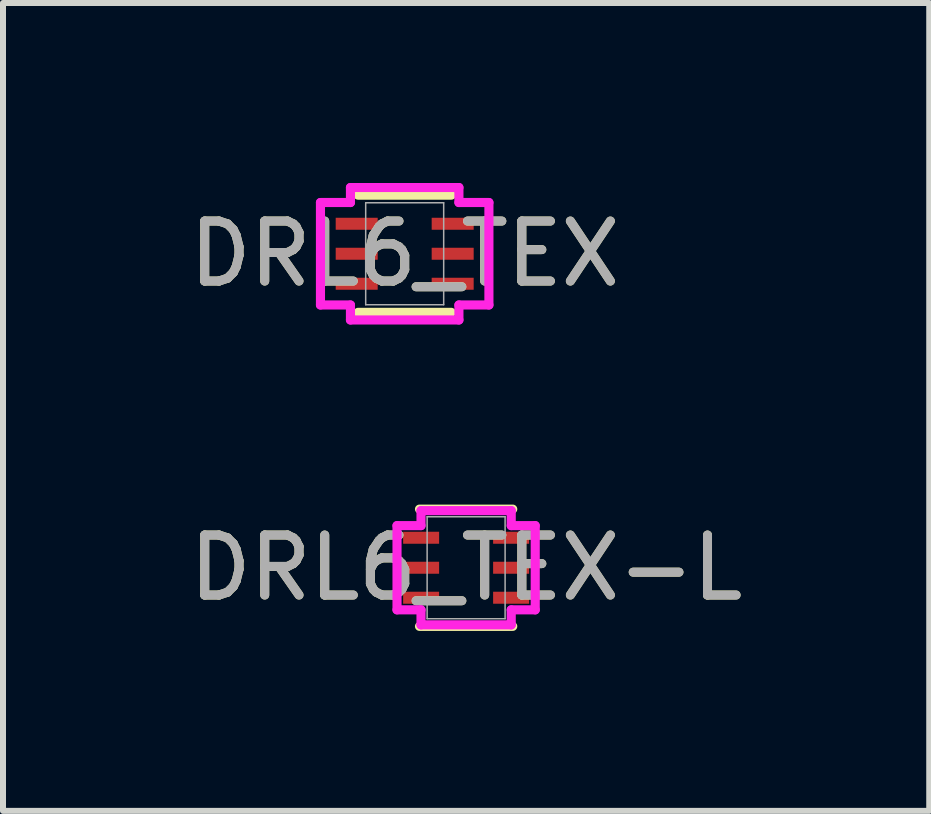
<source format=kicad_pcb>
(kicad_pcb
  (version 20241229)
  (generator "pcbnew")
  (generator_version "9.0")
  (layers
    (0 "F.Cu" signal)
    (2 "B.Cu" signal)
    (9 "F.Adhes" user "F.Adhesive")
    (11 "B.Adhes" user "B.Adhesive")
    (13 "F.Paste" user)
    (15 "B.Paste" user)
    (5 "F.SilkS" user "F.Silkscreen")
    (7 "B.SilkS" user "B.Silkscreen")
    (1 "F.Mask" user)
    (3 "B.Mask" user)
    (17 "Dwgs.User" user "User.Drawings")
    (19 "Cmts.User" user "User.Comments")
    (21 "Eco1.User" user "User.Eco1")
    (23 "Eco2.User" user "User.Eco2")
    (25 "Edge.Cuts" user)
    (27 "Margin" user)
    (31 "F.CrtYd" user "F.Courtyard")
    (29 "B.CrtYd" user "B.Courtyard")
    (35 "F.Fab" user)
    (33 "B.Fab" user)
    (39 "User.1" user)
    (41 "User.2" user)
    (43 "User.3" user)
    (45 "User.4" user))
  (footprint "DRL6_TEX"
    (layer "F.Cu")
    (at 3.696 1.18)
    (property "Reference" "DRL6_TEX" (at 0 0 0) (unlocked yes) (layer "F.SilkS") (effects (font (size 1 1) (thickness 0.15))))
    (attr smd)
    (fp_line (start -0.777 0.977) (end 0.777 0.977) (stroke (width 0.152) (type solid)) (layer "F.SilkS"))
    (fp_line (start 0.777 -0.977) (end -0.777 -0.977) (stroke (width 0.152) (type solid)) (layer "F.SilkS"))
    (fp_line (start -1.404 -0.854) (end -0.904 -0.854) (stroke (width 0.152) (type solid)) (layer "F.CrtYd"))
    (fp_line (start -1.404 0.854) (end -1.404 -0.854) (stroke (width 0.152) (type solid)) (layer "F.CrtYd"))
    (fp_line (start -1.404 0.854) (end -0.904 0.854) (stroke (width 0.152) (type solid)) (layer "F.CrtYd"))
    (fp_line (start -0.904 -1.104) (end 0.904 -1.104) (stroke (width 0.152) (type solid)) (layer "F.CrtYd"))
    (fp_line (start -0.904 -0.854) (end -0.904 -1.104) (stroke (width 0.152) (type solid)) (layer "F.CrtYd"))
    (fp_line (start -0.904 1.104) (end -0.904 0.854) (stroke (width 0.152) (type solid)) (layer "F.CrtYd"))
    (fp_line (start 0.904 -1.104) (end 0.904 -0.854) (stroke (width 0.152) (type solid)) (layer "F.CrtYd"))
    (fp_line (start 0.904 0.854) (end 0.904 1.104) (stroke (width 0.152) (type solid)) (layer "F.CrtYd"))
    (fp_line (start 0.904 1.104) (end -0.904 1.104) (stroke (width 0.152) (type solid)) (layer "F.CrtYd"))
    (fp_line (start 1.404 -0.854) (end 0.904 -0.854) (stroke (width 0.152) (type solid)) (layer "F.CrtYd"))
    (fp_line (start 1.404 -0.854) (end 1.404 0.854) (stroke (width 0.152) (type solid)) (layer "F.CrtYd"))
    (fp_line (start 1.404 0.854) (end 0.904 0.854) (stroke (width 0.152) (type solid)) (layer "F.CrtYd"))
    (fp_line (start -0.65 -0.85) (end -0.65 0.85) (stroke (width 0.025) (type solid)) (layer "F.Fab"))
    (fp_line (start -0.65 0.85) (end 0.65 0.85) (stroke (width 0.025) (type solid)) (layer "F.Fab"))
    (fp_line (start 0.65 -0.85) (end -0.65 -0.85) (stroke (width 0.025) (type solid)) (layer "F.Fab"))
    (fp_line (start 0.65 0.85) (end 0.65 -0.85) (stroke (width 0.025) (type solid)) (layer "F.Fab"))
    (fp_text user "${REFERENCE}" (at 0 0 0) (unlocked yes) (layer "F.Fab") (effects (font (size 1 1) (thickness 0.15))))
    (pad "1" smd rect (at -0.8 -0.5) (size 0.7 0.2) (layers "F.Cu" "F.Mask" "F.Paste"))
    (pad "2" smd rect (at -0.8 0) (size 0.7 0.2) (layers "F.Cu" "F.Mask" "F.Paste"))
    (pad "3" smd rect (at -0.8 0.5) (size 0.7 0.2) (layers "F.Cu" "F.Mask" "F.Paste"))
    (pad "4" smd rect (at 0.8 0.5) (size 0.7 0.2) (layers "F.Cu" "F.Mask" "F.Paste"))
    (pad "5" smd rect (at 0.8 0) (size 0.7 0.2) (layers "F.Cu" "F.Mask" "F.Paste"))
    (pad "6" smd rect (at 0.8 -0.5) (size 0.7 0.2) (layers "F.Cu" "F.Mask" "F.Paste")))
  (footprint "DRL6_TEX-L"
    (layer "F.Cu")
    (at 4.72 6.414)
    (property "Reference" "DRL6_TEX-L" (at 0 0 0) (unlocked yes) (layer "F.SilkS") (effects (font (size 1 1) (thickness 0.15))))
    (attr smd)
    (fp_line (start -0.777 0.977) (end 0.777 0.977) (stroke (width 0.152) (type solid)) (layer "F.SilkS"))
    (fp_line (start 0.777 -0.977) (end -0.777 -0.977) (stroke (width 0.152) (type solid)) (layer "F.SilkS"))
    (fp_line (start -1.152 -0.702) (end -0.752 -0.702) (stroke (width 0.152) (type solid)) (layer "F.CrtYd"))
    (fp_line (start -1.152 0.702) (end -1.152 -0.702) (stroke (width 0.152) (type solid)) (layer "F.CrtYd"))
    (fp_line (start -1.152 0.702) (end -0.752 0.702) (stroke (width 0.152) (type solid)) (layer "F.CrtYd"))
    (fp_line (start -0.752 -0.952) (end 0.752 -0.952) (stroke (width 0.152) (type solid)) (layer "F.CrtYd"))
    (fp_line (start -0.752 -0.702) (end -0.752 -0.952) (stroke (width 0.152) (type solid)) (layer "F.CrtYd"))
    (fp_line (start -0.752 0.952) (end -0.752 0.702) (stroke (width 0.152) (type solid)) (layer "F.CrtYd"))
    (fp_line (start 0.752 -0.952) (end 0.752 -0.702) (stroke (width 0.152) (type solid)) (layer "F.CrtYd"))
    (fp_line (start 0.752 0.702) (end 0.752 0.952) (stroke (width 0.152) (type solid)) (layer "F.CrtYd"))
    (fp_line (start 0.752 0.952) (end -0.752 0.952) (stroke (width 0.152) (type solid)) (layer "F.CrtYd"))
    (fp_line (start 1.152 -0.702) (end 0.752 -0.702) (stroke (width 0.152) (type solid)) (layer "F.CrtYd"))
    (fp_line (start 1.152 -0.702) (end 1.152 0.702) (stroke (width 0.152) (type solid)) (layer "F.CrtYd"))
    (fp_line (start 1.152 0.702) (end 0.752 0.702) (stroke (width 0.152) (type solid)) (layer "F.CrtYd"))
    (fp_line (start -0.65 -0.85) (end -0.65 0.85) (stroke (width 0.025) (type solid)) (layer "F.Fab"))
    (fp_line (start -0.65 0.85) (end 0.65 0.85) (stroke (width 0.025) (type solid)) (layer "F.Fab"))
    (fp_line (start 0.65 -0.85) (end -0.65 -0.85) (stroke (width 0.025) (type solid)) (layer "F.Fab"))
    (fp_line (start 0.65 0.85) (end 0.65 -0.85) (stroke (width 0.025) (type solid)) (layer "F.Fab"))
    (fp_text user "${REFERENCE}" (at 0 0 0) (unlocked yes) (layer "F.Fab") (effects (font (size 1 1) (thickness 0.15))))
    (pad "1" smd rect (at -0.75 -0.5) (size 0.6 0.2) (layers "F.Cu" "F.Mask" "F.Paste"))
    (pad "2" smd rect (at -0.75 0) (size 0.6 0.2) (layers "F.Cu" "F.Mask" "F.Paste"))
    (pad "3" smd rect (at -0.75 0.5) (size 0.6 0.2) (layers "F.Cu" "F.Mask" "F.Paste"))
    (pad "4" smd rect (at 0.75 0.5) (size 0.6 0.2) (layers "F.Cu" "F.Mask" "F.Paste"))
    (pad "5" smd rect (at 0.75 0) (size 0.6 0.2) (layers "F.Cu" "F.Mask" "F.Paste"))
    (pad "6" smd rect (at 0.75 -0.5) (size 0.6 0.2) (layers "F.Cu" "F.Mask" "F.Paste")))
  (gr_rect
    (start -3 -3)
    (end 12.44 10.467)
    (stroke (width 0.1) (type default))
    (fill no)
    (layer "Edge.Cuts")))
</source>
